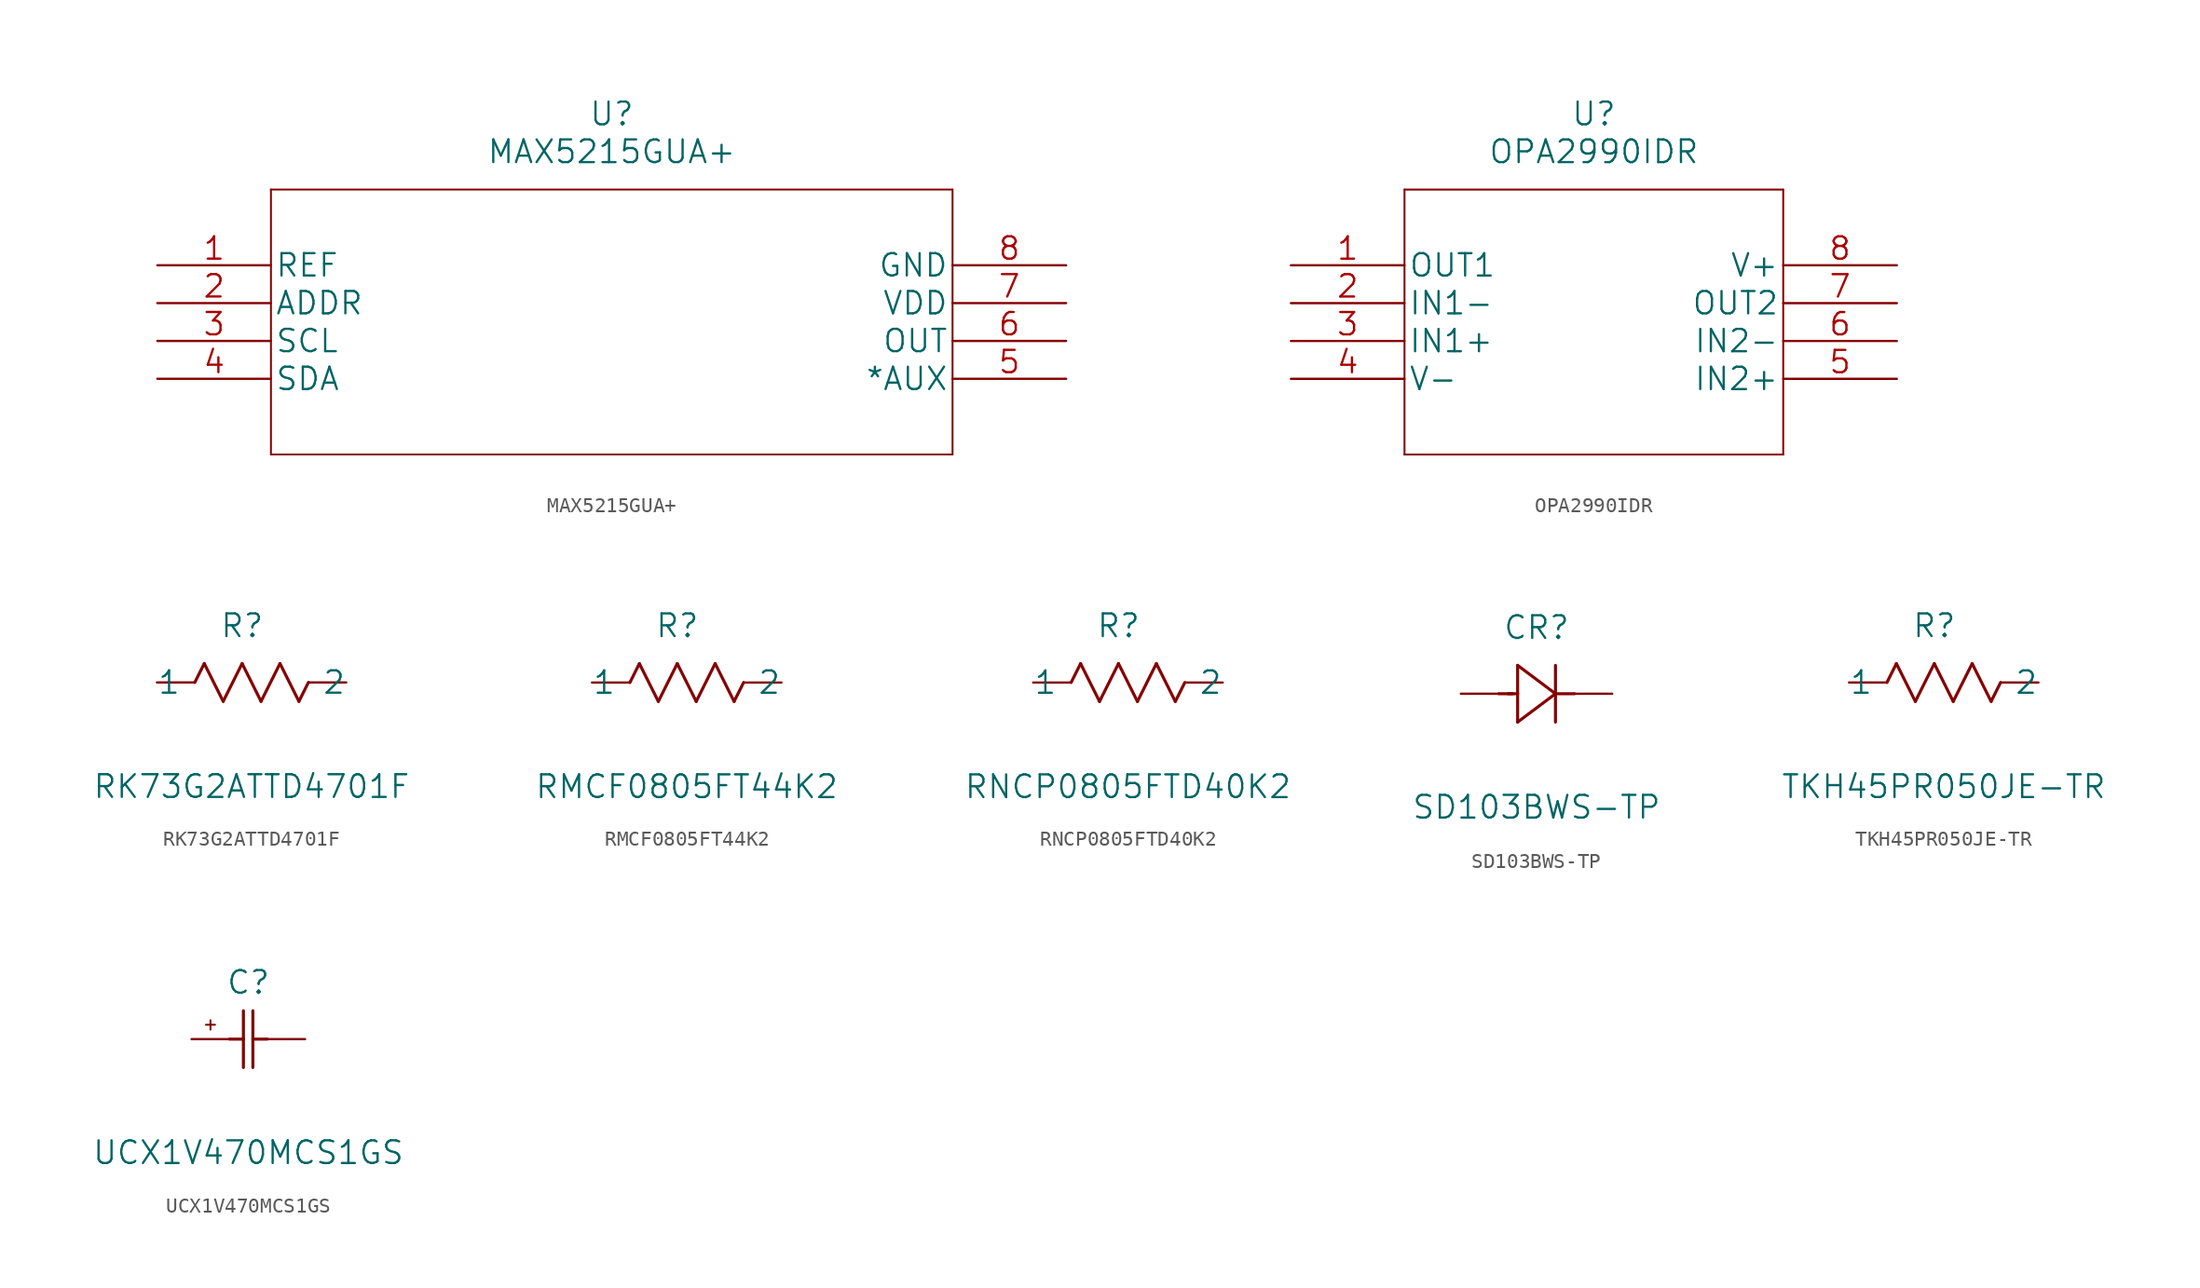
<source format=kicad_sym>
(kicad_symbol_lib
  (version 20211014)
  (generator kicad_symbol_editor)
  (symbol "MAX5215GUA+"
    (pin_names
      (offset 0.254))
    (property "Reference" "U"
      (at 30.48 10.16 0)
      (effects (font (size 1.524 1.524))))
    (property "Value" "MAX5215GUA+"
      (at 30.48 7.62 0)
      (effects (font (size 1.524 1.524))))
    (property "Datasheet" ""
      (at 0 0 0)
      (effects (font (size 1.524 1.524))))
    (property "ki_locked" ""
      (at 0 0 0)
      (effects (font (size 1.27 1.27))))
    (symbol "MAX5215GUA+_1_1"
      (polyline (pts (xy 7.62 -12.7) (xy 53.34 -12.7)) (stroke (width 0.127) (type default) (color 0 0 0 0)) (fill (type none)))
      (polyline (pts (xy 7.62 5.08) (xy 7.62 -12.7)) (stroke (width 0.127) (type default) (color 0 0 0 0)) (fill (type none)))
      (polyline (pts (xy 53.34 -12.7) (xy 53.34 5.08)) (stroke (width 0.127) (type default) (color 0 0 0 0)) (fill (type none)))
      (polyline (pts (xy 53.34 5.08) (xy 7.62 5.08)) (stroke (width 0.127) (type default) (color 0 0 0 0)) (fill (type none)))
      (pin input line (at 0 0 0) (length 7.62) (name "REF" (effects (font (size 1.499 1.499)))) (number "1" (effects (font (size 1.499 1.499)))))
      (pin input line (at 0 -2.54 0) (length 7.62) (name "ADDR" (effects (font (size 1.499 1.499)))) (number "2" (effects (font (size 1.499 1.499)))))
      (pin input line (at 0 -5.08 0) (length 7.62) (name "SCL" (effects (font (size 1.499 1.499)))) (number "3" (effects (font (size 1.499 1.499)))))
      (pin input line (at 0 -7.62 0) (length 7.62) (name "SDA" (effects (font (size 1.499 1.499)))) (number "4" (effects (font (size 1.499 1.499)))))
      (pin input line (at 60.96 -7.62 180) (length 7.62) (name "*AUX" (effects (font (size 1.499 1.499)))) (number "5" (effects (font (size 1.499 1.499)))))
      (pin output line (at 60.96 -5.08 180) (length 7.62) (name "OUT" (effects (font (size 1.499 1.499)))) (number "6" (effects (font (size 1.499 1.499)))))
      (pin power_in line (at 60.96 -2.54 180) (length 7.62) (name "VDD" (effects (font (size 1.499 1.499)))) (number "7" (effects (font (size 1.499 1.499)))))
      (pin power_in line (at 60.96 0 180) (length 7.62) (name "GND" (effects (font (size 1.499 1.499)))) (number "8" (effects (font (size 1.499 1.499)))))))
  (symbol "OPA2990IDR"
    (pin_names
      (offset 0.254))
    (property "Reference" "U"
      (at 20.32 10.16 0)
      (effects (font (size 1.524 1.524))))
    (property "Value" "OPA2990IDR"
      (at 20.32 7.62 0)
      (effects (font (size 1.524 1.524))))
    (property "Datasheet" ""
      (at 0 0 0)
      (effects (font (size 1.524 1.524))))
    (property "ki_locked" ""
      (at 0 0 0)
      (effects (font (size 1.27 1.27))))
    (symbol "OPA2990IDR_1_1"
      (polyline (pts (xy 7.62 -12.7) (xy 33.02 -12.7)) (stroke (width 0.127) (type default) (color 0 0 0 0)) (fill (type none)))
      (polyline (pts (xy 7.62 5.08) (xy 7.62 -12.7)) (stroke (width 0.127) (type default) (color 0 0 0 0)) (fill (type none)))
      (polyline (pts (xy 33.02 -12.7) (xy 33.02 5.08)) (stroke (width 0.127) (type default) (color 0 0 0 0)) (fill (type none)))
      (polyline (pts (xy 33.02 5.08) (xy 7.62 5.08)) (stroke (width 0.127) (type default) (color 0 0 0 0)) (fill (type none)))
      (pin output line (at 0 0 0) (length 7.62) (name "OUT1" (effects (font (size 1.499 1.499)))) (number "1" (effects (font (size 1.499 1.499)))))
      (pin input line (at 0 -2.54 0) (length 7.62) (name "IN1-" (effects (font (size 1.499 1.499)))) (number "2" (effects (font (size 1.499 1.499)))))
      (pin input line (at 0 -5.08 0) (length 7.62) (name "IN1+" (effects (font (size 1.499 1.499)))) (number "3" (effects (font (size 1.499 1.499)))))
      (pin power_in line (at 0 -7.62 0) (length 7.62) (name "V-" (effects (font (size 1.499 1.499)))) (number "4" (effects (font (size 1.499 1.499)))))
      (pin input line (at 40.64 -7.62 180) (length 7.62) (name "IN2+" (effects (font (size 1.499 1.499)))) (number "5" (effects (font (size 1.499 1.499)))))
      (pin input line (at 40.64 -5.08 180) (length 7.62) (name "IN2-" (effects (font (size 1.499 1.499)))) (number "6" (effects (font (size 1.499 1.499)))))
      (pin output line (at 40.64 -2.54 180) (length 7.62) (name "OUT2" (effects (font (size 1.499 1.499)))) (number "7" (effects (font (size 1.499 1.499)))))
      (pin power_in line (at 40.64 0 180) (length 7.62) (name "V+" (effects (font (size 1.499 1.499)))) (number "8" (effects (font (size 1.499 1.499)))))))
  (symbol "RK73G2ATTD4701F"
    (pin_numbers hide)
    (pin_names
      (offset -2.54))
    (property "Reference" "R"
      (at 5.715 3.81 0)
      (effects (font (size 1.524 1.524))))
    (property "Value" "RK73G2ATTD4701F"
      (at 6.35 -6.985 0)
      (effects (font (size 1.524 1.524))))
    (property "Datasheet" ""
      (at 0 0 0)
      (effects (font (size 1.524 1.524))))
    (property "ki_locked" ""
      (at 0 0 0)
      (effects (font (size 1.27 1.27))))
    (symbol "RK73G2ATTD4701F_1_1"
      (polyline (pts (xy 2.54 0) (xy 3.175 1.27)) (stroke (width 0.203) (type default) (color 0 0 0 0)) (fill (type none)))
      (polyline (pts (xy 3.175 1.27) (xy 4.445 -1.27)) (stroke (width 0.203) (type default) (color 0 0 0 0)) (fill (type none)))
      (polyline (pts (xy 4.445 -1.27) (xy 5.715 1.27)) (stroke (width 0.203) (type default) (color 0 0 0 0)) (fill (type none)))
      (polyline (pts (xy 5.715 1.27) (xy 6.985 -1.27)) (stroke (width 0.203) (type default) (color 0 0 0 0)) (fill (type none)))
      (polyline (pts (xy 6.985 -1.27) (xy 8.255 1.27)) (stroke (width 0.203) (type default) (color 0 0 0 0)) (fill (type none)))
      (polyline (pts (xy 8.255 1.27) (xy 9.525 -1.27)) (stroke (width 0.203) (type default) (color 0 0 0 0)) (fill (type none)))
      (polyline (pts (xy 9.525 -1.27) (xy 10.16 0)) (stroke (width 0.203) (type default) (color 0 0 0 0)) (fill (type none)))
      (pin unspecified line (at 0 0 0) (length 2.54) (name "1" (effects (font (size 1.499 1.499)))) (number "1" (effects (font (size 1.499 1.499)))))
      (pin unspecified line (at 12.7 0 180) (length 2.54) (name "2" (effects (font (size 1.499 1.499)))) (number "2" (effects (font (size 1.499 1.499)))))))
  (symbol "RMCF0805FT44K2"
    (pin_numbers hide)
    (pin_names
      (offset -2.54))
    (property "Reference" "R"
      (at 5.715 3.81 0)
      (effects (font (size 1.524 1.524))))
    (property "Value" "RMCF0805FT44K2"
      (at 6.35 -6.985 0)
      (effects (font (size 1.524 1.524))))
    (property "Datasheet" ""
      (at 0 0 0)
      (effects (font (size 1.524 1.524))))
    (property "ki_locked" ""
      (at 0 0 0)
      (effects (font (size 1.27 1.27))))
    (symbol "RMCF0805FT44K2_1_1"
      (polyline (pts (xy 2.54 0) (xy 3.175 1.27)) (stroke (width 0.203) (type default) (color 0 0 0 0)) (fill (type none)))
      (polyline (pts (xy 3.175 1.27) (xy 4.445 -1.27)) (stroke (width 0.203) (type default) (color 0 0 0 0)) (fill (type none)))
      (polyline (pts (xy 4.445 -1.27) (xy 5.715 1.27)) (stroke (width 0.203) (type default) (color 0 0 0 0)) (fill (type none)))
      (polyline (pts (xy 5.715 1.27) (xy 6.985 -1.27)) (stroke (width 0.203) (type default) (color 0 0 0 0)) (fill (type none)))
      (polyline (pts (xy 6.985 -1.27) (xy 8.255 1.27)) (stroke (width 0.203) (type default) (color 0 0 0 0)) (fill (type none)))
      (polyline (pts (xy 8.255 1.27) (xy 9.525 -1.27)) (stroke (width 0.203) (type default) (color 0 0 0 0)) (fill (type none)))
      (polyline (pts (xy 9.525 -1.27) (xy 10.16 0)) (stroke (width 0.203) (type default) (color 0 0 0 0)) (fill (type none)))
      (pin unspecified line (at 0 0 0) (length 2.54) (name "1" (effects (font (size 1.499 1.499)))) (number "1" (effects (font (size 1.499 1.499)))))
      (pin unspecified line (at 12.7 0 180) (length 2.54) (name "2" (effects (font (size 1.499 1.499)))) (number "2" (effects (font (size 1.499 1.499)))))))
  (symbol "RNCP0805FTD40K2"
    (pin_numbers hide)
    (pin_names
      (offset -2.54))
    (property "Reference" "R"
      (at 5.715 3.81 0)
      (effects (font (size 1.524 1.524))))
    (property "Value" "RNCP0805FTD40K2"
      (at 6.35 -6.985 0)
      (effects (font (size 1.524 1.524))))
    (property "Datasheet" ""
      (at 0 0 0)
      (effects (font (size 1.524 1.524))))
    (property "ki_locked" ""
      (at 0 0 0)
      (effects (font (size 1.27 1.27))))
    (symbol "RNCP0805FTD40K2_1_1"
      (polyline (pts (xy 2.54 0) (xy 3.175 1.27)) (stroke (width 0.203) (type default) (color 0 0 0 0)) (fill (type none)))
      (polyline (pts (xy 3.175 1.27) (xy 4.445 -1.27)) (stroke (width 0.203) (type default) (color 0 0 0 0)) (fill (type none)))
      (polyline (pts (xy 4.445 -1.27) (xy 5.715 1.27)) (stroke (width 0.203) (type default) (color 0 0 0 0)) (fill (type none)))
      (polyline (pts (xy 5.715 1.27) (xy 6.985 -1.27)) (stroke (width 0.203) (type default) (color 0 0 0 0)) (fill (type none)))
      (polyline (pts (xy 6.985 -1.27) (xy 8.255 1.27)) (stroke (width 0.203) (type default) (color 0 0 0 0)) (fill (type none)))
      (polyline (pts (xy 8.255 1.27) (xy 9.525 -1.27)) (stroke (width 0.203) (type default) (color 0 0 0 0)) (fill (type none)))
      (polyline (pts (xy 9.525 -1.27) (xy 10.16 0)) (stroke (width 0.203) (type default) (color 0 0 0 0)) (fill (type none)))
      (pin unspecified line (at 0 0 0) (length 2.54) (name "1" (effects (font (size 1.499 1.499)))) (number "1" (effects (font (size 1.499 1.499)))))
      (pin unspecified line (at 12.7 0 180) (length 2.54) (name "2" (effects (font (size 1.499 1.499)))) (number "2" (effects (font (size 1.499 1.499)))))))
  (symbol "SD103BWS-TP"
    (pin_numbers hide)
    (pin_names
      (offset -1.651) hide)
    (property "Reference" "CR"
      (at 5.08 4.445 0)
      (effects (font (size 1.524 1.524))))
    (property "Value" "SD103BWS-TP"
      (at 5.08 -7.62 0)
      (effects (font (size 1.524 1.524))))
    (property "Datasheet" ""
      (at 0 0 0)
      (effects (font (size 1.524 1.524))))
    (property "ki_locked" ""
      (at 0 0 0)
      (effects (font (size 1.27 1.27))))
    (symbol "SD103BWS-TP_1_1"
      (polyline (pts (xy 2.54 0) (xy 3.48 0)) (stroke (width 0.203) (type default) (color 0 0 0 0)) (fill (type none)))
      (polyline (pts (xy 3.175 0) (xy 3.81 0)) (stroke (width 0.203) (type default) (color 0 0 0 0)) (fill (type none)))
      (polyline (pts (xy 3.81 -1.905) (xy 6.35 0)) (stroke (width 0.203) (type default) (color 0 0 0 0)) (fill (type none)))
      (polyline (pts (xy 3.81 1.905) (xy 3.81 -1.905)) (stroke (width 0.203) (type default) (color 0 0 0 0)) (fill (type none)))
      (polyline (pts (xy 6.35 -1.905) (xy 6.35 1.905)) (stroke (width 0.203) (type default) (color 0 0 0 0)) (fill (type none)))
      (polyline (pts (xy 6.35 0) (xy 3.81 1.905)) (stroke (width 0.203) (type default) (color 0 0 0 0)) (fill (type none)))
      (polyline (pts (xy 6.35 0) (xy 7.62 0)) (stroke (width 0.203) (type default) (color 0 0 0 0)) (fill (type none)))
      (pin unspecified line (at 10.16 0 180) (length 2.54) (name "1" (effects (font (size 1.499 1.499)))) (number "1" (effects (font (size 1.499 1.499)))))
      (pin unspecified line (at 0 0 0) (length 2.54) (name "2" (effects (font (size 1.499 1.499)))) (number "2" (effects (font (size 1.499 1.499)))))))
  (symbol "TKH45PR050JE-TR"
    (pin_numbers hide)
    (pin_names
      (offset -2.54))
    (property "Reference" "R"
      (at 5.715 3.81 0)
      (effects (font (size 1.524 1.524))))
    (property "Value" "TKH45PR050JE-TR"
      (at 6.35 -6.985 0)
      (effects (font (size 1.524 1.524))))
    (property "Datasheet" ""
      (at 0 0 0)
      (effects (font (size 1.524 1.524))))
    (property "ki_locked" ""
      (at 0 0 0)
      (effects (font (size 1.27 1.27))))
    (symbol "TKH45PR050JE-TR_1_1"
      (polyline (pts (xy 2.54 0) (xy 3.175 1.27)) (stroke (width 0.203) (type default) (color 0 0 0 0)) (fill (type none)))
      (polyline (pts (xy 3.175 1.27) (xy 4.445 -1.27)) (stroke (width 0.203) (type default) (color 0 0 0 0)) (fill (type none)))
      (polyline (pts (xy 4.445 -1.27) (xy 5.715 1.27)) (stroke (width 0.203) (type default) (color 0 0 0 0)) (fill (type none)))
      (polyline (pts (xy 5.715 1.27) (xy 6.985 -1.27)) (stroke (width 0.203) (type default) (color 0 0 0 0)) (fill (type none)))
      (polyline (pts (xy 6.985 -1.27) (xy 8.255 1.27)) (stroke (width 0.203) (type default) (color 0 0 0 0)) (fill (type none)))
      (polyline (pts (xy 8.255 1.27) (xy 9.525 -1.27)) (stroke (width 0.203) (type default) (color 0 0 0 0)) (fill (type none)))
      (polyline (pts (xy 9.525 -1.27) (xy 10.16 0)) (stroke (width 0.203) (type default) (color 0 0 0 0)) (fill (type none)))
      (pin unspecified line (at 0 0 0) (length 2.54) (name "1" (effects (font (size 1.499 1.499)))) (number "1" (effects (font (size 1.499 1.499)))))
      (pin unspecified line (at 12.7 0 180) (length 2.54) (name "2" (effects (font (size 1.499 1.499)))) (number "2" (effects (font (size 1.499 1.499)))))))
  (symbol "UCX1V470MCS1GS"
    (pin_numbers hide)
    (pin_names
      (offset 1.651) hide)
    (property "Reference" "C"
      (at 3.81 3.81 0)
      (effects (font (size 1.524 1.524))))
    (property "Value" "UCX1V470MCS1GS"
      (at 3.81 -7.62 0)
      (effects (font (size 1.524 1.524))))
    (property "Datasheet" ""
      (at 0 0 0)
      (effects (font (size 1.524 1.524))))
    (property "ki_locked" ""
      (at 0 0 0)
      (effects (font (size 1.27 1.27))))
    (symbol "UCX1V470MCS1GS_1_1"
      (polyline (pts (xy 0.965 0.965) (xy 1.575 0.965)) (stroke (width 0.127) (type default) (color 0 0 0 0)) (fill (type none)))
      (polyline (pts (xy 1.27 1.27) (xy 1.27 0.635)) (stroke (width 0.127) (type default) (color 0 0 0 0)) (fill (type none)))
      (polyline (pts (xy 2.54 0) (xy 3.48 0)) (stroke (width 0.203) (type default) (color 0 0 0 0)) (fill (type none)))
      (polyline (pts (xy 3.48 -1.905) (xy 3.48 1.905)) (stroke (width 0.203) (type default) (color 0 0 0 0)) (fill (type none)))
      (polyline (pts (xy 4.115 -1.905) (xy 4.115 1.905)) (stroke (width 0.203) (type default) (color 0 0 0 0)) (fill (type none)))
      (polyline (pts (xy 4.115 0) (xy 5.08 0)) (stroke (width 0.203) (type default) (color 0 0 0 0)) (fill (type none)))
      (pin unspecified line (at 0 0 0) (length 2.54) (name "1" (effects (font (size 1.499 1.499)))) (number "1" (effects (font (size 1.499 1.499)))))
      (pin unspecified line (at 7.62 0 180) (length 2.54) (name "2" (effects (font (size 1.499 1.499)))) (number "2" (effects (font (size 1.499 1.499))))))))
</source>
